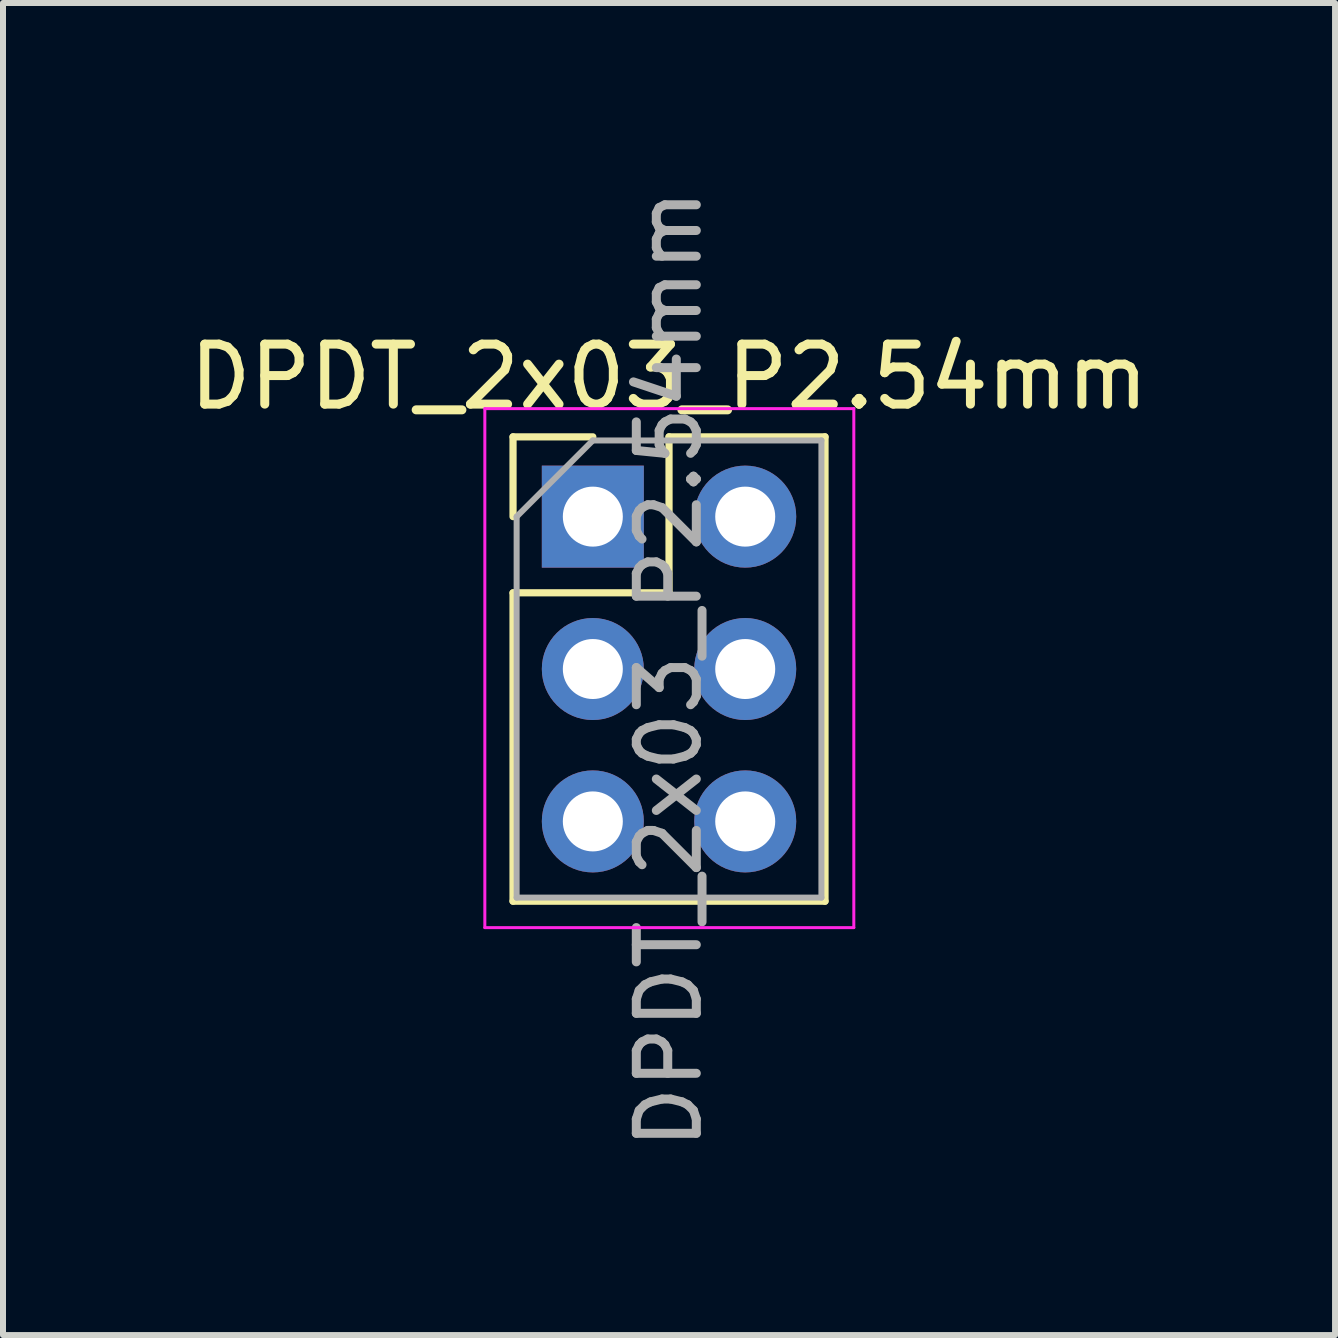
<source format=kicad_pcb>
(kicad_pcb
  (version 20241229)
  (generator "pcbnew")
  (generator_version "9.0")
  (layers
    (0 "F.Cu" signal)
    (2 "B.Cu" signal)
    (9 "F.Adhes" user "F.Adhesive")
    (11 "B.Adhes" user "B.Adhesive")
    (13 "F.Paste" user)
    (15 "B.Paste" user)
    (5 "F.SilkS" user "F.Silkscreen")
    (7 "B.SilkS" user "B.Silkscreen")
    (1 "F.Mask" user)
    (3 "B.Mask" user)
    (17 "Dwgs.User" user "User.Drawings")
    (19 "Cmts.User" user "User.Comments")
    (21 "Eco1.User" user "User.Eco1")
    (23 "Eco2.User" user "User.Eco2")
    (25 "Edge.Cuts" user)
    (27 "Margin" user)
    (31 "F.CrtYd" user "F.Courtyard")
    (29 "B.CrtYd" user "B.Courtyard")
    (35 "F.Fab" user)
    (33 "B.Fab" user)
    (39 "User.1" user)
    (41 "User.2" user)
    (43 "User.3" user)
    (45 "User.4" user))
  (footprint "DPDT_2x03_P2.54mm"
    (layer "F.Cu")
    (at 6.831 5.561)
    (property "Reference" "DPDT_2x03_P2.54mm" (at 1.27 -2.33 0) (layer "F.SilkS") (effects (font (size 1 1) (thickness 0.15))))
    (attr through_hole)
    (fp_line (start -1.33 -1.33) (end 0 -1.33) (stroke (width 0.12) (type solid)) (layer "F.SilkS"))
    (fp_line (start -1.33 0) (end -1.33 -1.33) (stroke (width 0.12) (type solid)) (layer "F.SilkS"))
    (fp_line (start -1.33 1.27) (end -1.33 6.41) (stroke (width 0.12) (type solid)) (layer "F.SilkS"))
    (fp_line (start -1.33 1.27) (end 1.27 1.27) (stroke (width 0.12) (type solid)) (layer "F.SilkS"))
    (fp_line (start -1.33 6.41) (end 3.87 6.41) (stroke (width 0.12) (type solid)) (layer "F.SilkS"))
    (fp_line (start 1.27 -1.33) (end 3.87 -1.33) (stroke (width 0.12) (type solid)) (layer "F.SilkS"))
    (fp_line (start 1.27 1.27) (end 1.27 -1.33) (stroke (width 0.12) (type solid)) (layer "F.SilkS"))
    (fp_line (start 3.87 -1.33) (end 3.87 6.41) (stroke (width 0.12) (type solid)) (layer "F.SilkS"))
    (fp_line (start -1.8 -1.8) (end -1.8 6.85) (stroke (width 0.05) (type solid)) (layer "F.CrtYd"))
    (fp_line (start -1.8 6.85) (end 4.35 6.85) (stroke (width 0.05) (type solid)) (layer "F.CrtYd"))
    (fp_line (start 4.35 -1.8) (end -1.8 -1.8) (stroke (width 0.05) (type solid)) (layer "F.CrtYd"))
    (fp_line (start 4.35 6.85) (end 4.35 -1.8) (stroke (width 0.05) (type solid)) (layer "F.CrtYd"))
    (fp_line (start -1.27 0) (end 0 -1.27) (stroke (width 0.1) (type solid)) (layer "F.Fab"))
    (fp_line (start -1.27 6.35) (end -1.27 0) (stroke (width 0.1) (type solid)) (layer "F.Fab"))
    (fp_line (start 0 -1.27) (end 3.81 -1.27) (stroke (width 0.1) (type solid)) (layer "F.Fab"))
    (fp_line (start 3.81 -1.27) (end 3.81 6.35) (stroke (width 0.1) (type solid)) (layer "F.Fab"))
    (fp_line (start 3.81 6.35) (end -1.27 6.35) (stroke (width 0.1) (type solid)) (layer "F.Fab"))
    (fp_text user "${REFERENCE}" (at 1.27 2.54 90) (layer "F.Fab") (effects (font (size 1 1) (thickness 0.15))))
    (pad "1" thru_hole rect (at 0 0) (size 1.7 1.7) (drill 1) (layers "*.Cu" "*.Mask"))
    (pad "2" thru_hole oval (at 0 2.54) (size 1.7 1.7) (drill 1) (layers "*.Cu" "*.Mask"))
    (pad "3" thru_hole oval (at 0 5.08) (size 1.7 1.7) (drill 1) (layers "*.Cu" "*.Mask"))
    (pad "4" thru_hole oval (at 2.54 0) (size 1.7 1.7) (drill 1) (layers "*.Cu" "*.Mask"))
    (pad "5" thru_hole oval (at 2.54 2.54) (size 1.7 1.7) (drill 1) (layers "*.Cu" "*.Mask"))
    (pad "6" thru_hole oval (at 2.54 5.08) (size 1.7 1.7) (drill 1) (layers "*.Cu" "*.Mask")))
  (gr_rect
    (start -3 -3)
    (end 19.202 19.202)
    (stroke (width 0.1) (type default))
    (fill no)
    (layer "Edge.Cuts")))
</source>
